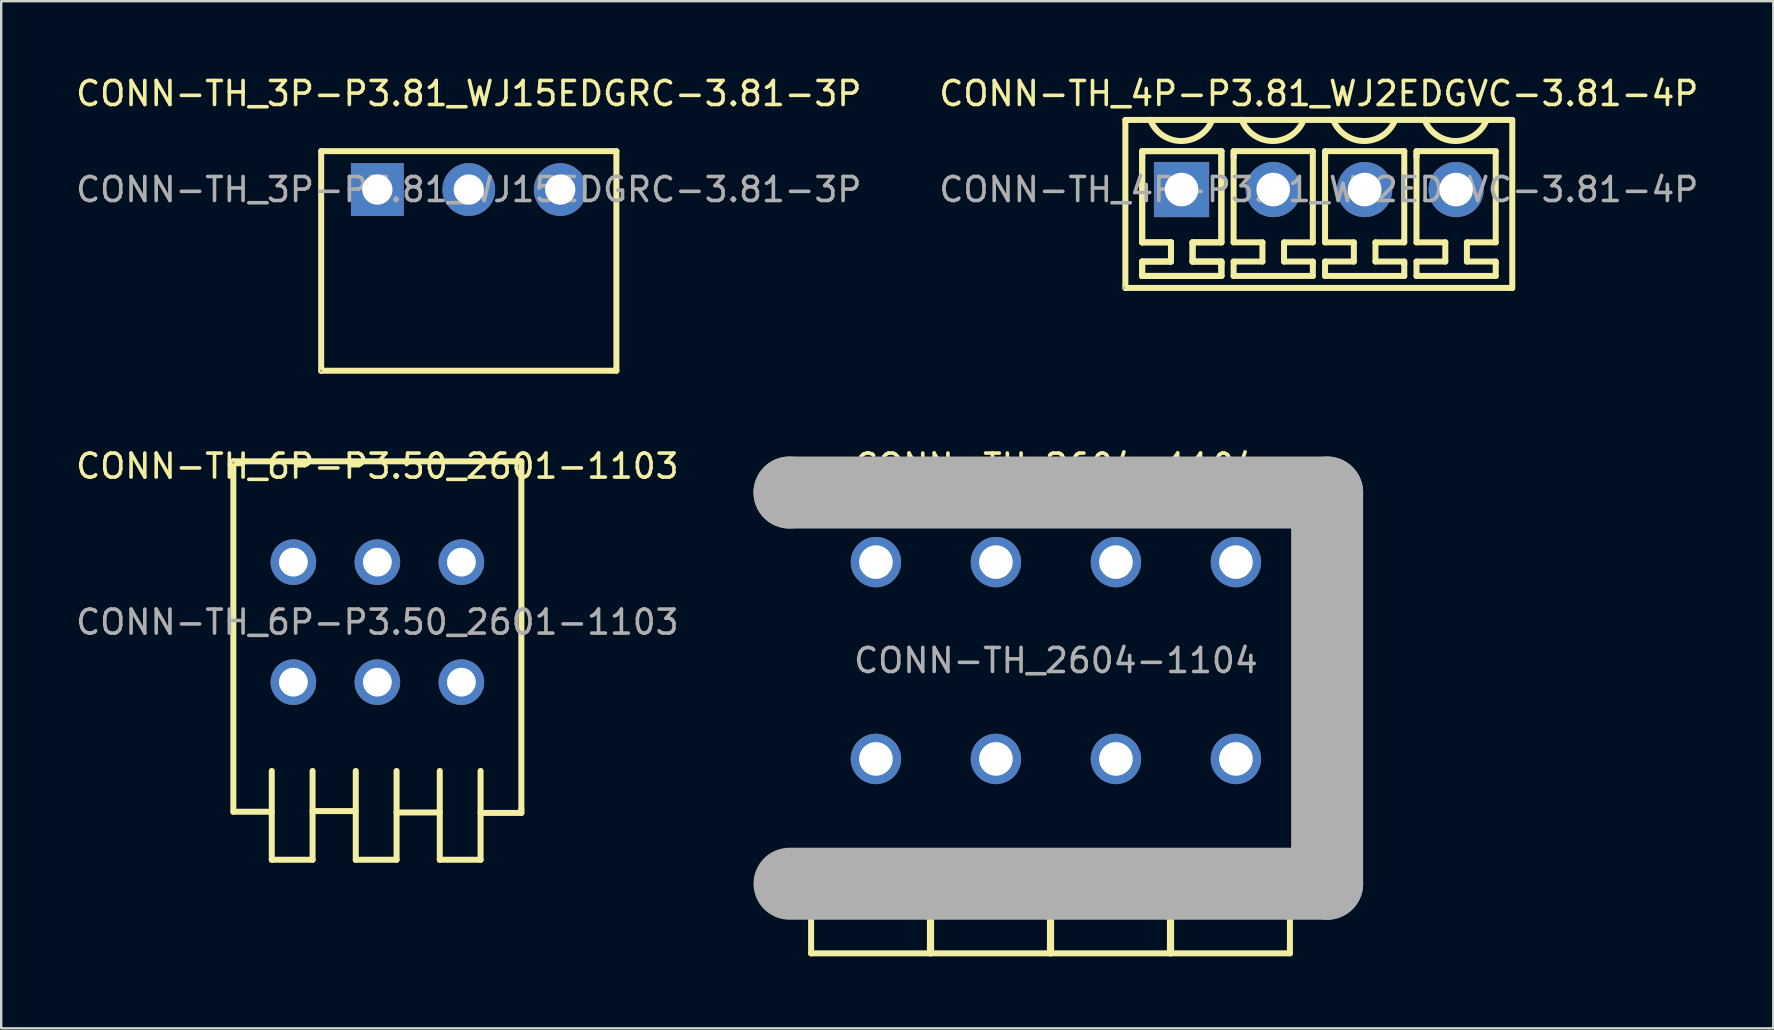
<source format=kicad_pcb>
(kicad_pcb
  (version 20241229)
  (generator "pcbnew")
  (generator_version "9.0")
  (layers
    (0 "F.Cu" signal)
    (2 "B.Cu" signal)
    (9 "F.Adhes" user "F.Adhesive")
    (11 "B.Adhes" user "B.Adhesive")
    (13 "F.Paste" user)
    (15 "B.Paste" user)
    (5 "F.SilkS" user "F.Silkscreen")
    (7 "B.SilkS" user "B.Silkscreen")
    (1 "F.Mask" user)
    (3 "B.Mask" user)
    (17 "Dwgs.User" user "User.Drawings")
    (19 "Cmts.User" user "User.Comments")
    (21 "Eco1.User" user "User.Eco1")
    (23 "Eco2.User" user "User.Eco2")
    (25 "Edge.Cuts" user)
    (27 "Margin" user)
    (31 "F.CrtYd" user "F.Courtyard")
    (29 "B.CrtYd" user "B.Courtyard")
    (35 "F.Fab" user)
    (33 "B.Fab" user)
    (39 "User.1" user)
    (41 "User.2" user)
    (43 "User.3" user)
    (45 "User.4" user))
  (footprint "CONN-TH_2604-1104"
    (layer "F.Cu")
    (at 40.945 24.471)
    (property "Reference" "CONN-TH_2604-1104" (at 0 -8.1 0) (layer "F.SilkS") (effects (font (size 1 1) (thickness 0.15))))
    (attr through_hole)
    (fp_line (start -10.2 9.3) (end -10.2 12.2) (stroke (width 0.25) (type solid)) (layer "F.SilkS"))
    (fp_line (start -10.2 12.2) (end -5.25 12.2) (stroke (width 0.25) (type solid)) (layer "F.SilkS"))
    (fp_line (start -5.25 9.3) (end -5.05 9.3) (stroke (width 0.25) (type solid)) (layer "F.SilkS"))
    (fp_line (start -5.25 12.2) (end -5.25 9.3) (stroke (width 0.25) (type solid)) (layer "F.SilkS"))
    (fp_line (start -5.2 9.3) (end -5.2 12.2) (stroke (width 0.25) (type solid)) (layer "F.SilkS"))
    (fp_line (start -5.2 12.2) (end -0.25 12.2) (stroke (width 0.25) (type solid)) (layer "F.SilkS"))
    (fp_line (start -0.25 9.3) (end -0.05 9.3) (stroke (width 0.25) (type solid)) (layer "F.SilkS"))
    (fp_line (start -0.25 12.2) (end -0.25 9.3) (stroke (width 0.25) (type solid)) (layer "F.SilkS"))
    (fp_line (start -0.2 9.3) (end -0.2 12.2) (stroke (width 0.25) (type solid)) (layer "F.SilkS"))
    (fp_line (start -0.2 12.2) (end 4.75 12.2) (stroke (width 0.25) (type solid)) (layer "F.SilkS"))
    (fp_line (start 4.75 9.3) (end 4.95 9.3) (stroke (width 0.25) (type solid)) (layer "F.SilkS"))
    (fp_line (start 4.75 12.2) (end 4.75 9.3) (stroke (width 0.25) (type solid)) (layer "F.SilkS"))
    (fp_line (start 4.8 9.3) (end 4.8 12.2) (stroke (width 0.25) (type solid)) (layer "F.SilkS"))
    (fp_line (start 4.8 12.2) (end 9.75 12.2) (stroke (width 0.25) (type solid)) (layer "F.SilkS"))
    (fp_line (start 9.75 9.3) (end 9.95 9.3) (stroke (width 0.25) (type solid)) (layer "F.SilkS"))
    (fp_line (start 9.75 12.2) (end 9.75 9.3) (stroke (width 0.25) (type solid)) (layer "F.SilkS"))
    (fp_line (start 10.2 -6.9) (end 10.2 9.35) (stroke (width 0.25) (type solid)) (layer "F.SilkS"))
    (fp_line (start -11.1 -7) (end -11.1 -7) (stroke (width 3) (type solid)) (layer "F.Fab"))
    (fp_line (start -11.1 -7) (end 11.3 -7) (stroke (width 3) (type solid)) (layer "F.Fab"))
    (fp_line (start 11.3 -7) (end 11.3 9.3) (stroke (width 3) (type solid)) (layer "F.Fab"))
    (fp_line (start 11.3 9.3) (end -11.1 9.3) (stroke (width 3) (type solid)) (layer "F.Fab"))
    (fp_circle (center -11.1 9.3) (end -11.07 9.3) (stroke (width 0.06) (type solid)) (fill no) (layer "F.Fab"))
    (fp_text user "${REFERENCE}" (at 0 0 0) (layer "F.Fab") (effects (font (size 1 1) (thickness 0.15))))
    (pad "1" thru_hole circle (at -7.5 -4.1) (size 2.1 2.1) (drill 1.4) (layers "*.Cu" "*.Mask"))
    (pad "1" thru_hole circle (at -7.5 4.1) (size 2.1 2.1) (drill 1.4) (layers "*.Cu" "*.Mask"))
    (pad "2" thru_hole circle (at -2.5 -4.1) (size 2.1 2.1) (drill 1.4) (layers "*.Cu" "*.Mask"))
    (pad "2" thru_hole circle (at -2.5 4.1) (size 2.1 2.1) (drill 1.4) (layers "*.Cu" "*.Mask"))
    (pad "3" thru_hole circle (at 2.5 -4.1) (size 2.1 2.1) (drill 1.4) (layers "*.Cu" "*.Mask"))
    (pad "3" thru_hole circle (at 2.5 4.1) (size 2.1 2.1) (drill 1.4) (layers "*.Cu" "*.Mask"))
    (pad "4" thru_hole circle (at 7.5 -4.1) (size 2.1 2.1) (drill 1.4) (layers "*.Cu" "*.Mask"))
    (pad "4" thru_hole circle (at 7.5 4.1) (size 2.1 2.1) (drill 1.4) (layers "*.Cu" "*.Mask")))
  (footprint "CONN-TH_4P-P3.81_WJ2EDGVC-3.81-4P"
    (layer "F.Cu")
    (at 51.899 4.848)
    (property "Reference" "CONN-TH_4P-P3.81_WJ2EDGVC-3.81-4P" (at 0 -4 0) (layer "F.SilkS") (effects (font (size 1 1) (thickness 0.15))))
    (attr through_hole)
    (fp_line (start -8.06 -2.9) (end 8.06 -2.9) (stroke (width 0.25) (type solid)) (layer "F.SilkS"))
    (fp_line (start -8.06 4.1) (end -8.06 -2.9) (stroke (width 0.25) (type solid)) (layer "F.SilkS"))
    (fp_line (start -8.06 4.1) (end 8.06 4.1) (stroke (width 0.25) (type solid)) (layer "F.SilkS"))
    (fp_line (start -7.36 -1.5) (end -7.36 2.2) (stroke (width 0.25) (type solid)) (layer "F.SilkS"))
    (fp_line (start -7.36 -1.5) (end -7.36 2.2) (stroke (width 0.25) (type solid)) (layer "F.SilkS"))
    (fp_line (start -7.36 -1.35) (end -7.36 -1.6) (stroke (width 0.25) (type solid)) (layer "F.SilkS"))
    (fp_line (start -7.36 2.2) (end -6.16 2.2) (stroke (width 0.25) (type solid)) (layer "F.SilkS"))
    (fp_line (start -7.36 2.2) (end -6.16 2.2) (stroke (width 0.25) (type solid)) (layer "F.SilkS"))
    (fp_line (start -7.36 3) (end -7.36 3.6) (stroke (width 0.25) (type solid)) (layer "F.SilkS"))
    (fp_line (start -7.36 3) (end -7.36 3.6) (stroke (width 0.25) (type solid)) (layer "F.SilkS"))
    (fp_line (start -7.36 3.6) (end -4.06 3.6) (stroke (width 0.25) (type solid)) (layer "F.SilkS"))
    (fp_line (start -7.36 3.6) (end -4.06 3.6) (stroke (width 0.25) (type solid)) (layer "F.SilkS"))
    (fp_line (start -6.16 2.2) (end -6.16 3) (stroke (width 0.25) (type solid)) (layer "F.SilkS"))
    (fp_line (start -6.16 2.2) (end -6.16 3) (stroke (width 0.25) (type solid)) (layer "F.SilkS"))
    (fp_line (start -6.16 3) (end -7.36 3) (stroke (width 0.25) (type solid)) (layer "F.SilkS"))
    (fp_line (start -6.16 3) (end -7.36 3) (stroke (width 0.25) (type solid)) (layer "F.SilkS"))
    (fp_line (start -5.26 2.2) (end -4.06 2.2) (stroke (width 0.25) (type solid)) (layer "F.SilkS"))
    (fp_line (start -5.26 2.2) (end -4.06 2.2) (stroke (width 0.25) (type solid)) (layer "F.SilkS"))
    (fp_line (start -5.26 3) (end -5.26 2.2) (stroke (width 0.25) (type solid)) (layer "F.SilkS"))
    (fp_line (start -5.26 3) (end -5.26 2.2) (stroke (width 0.25) (type solid)) (layer "F.SilkS"))
    (fp_line (start -4.06 -1.6) (end -7.36 -1.6) (stroke (width 0.25) (type solid)) (layer "F.SilkS"))
    (fp_line (start -4.06 -1.6) (end -7.36 -1.6) (stroke (width 0.25) (type solid)) (layer "F.SilkS"))
    (fp_line (start -4.06 2.2) (end -4.06 -1.6) (stroke (width 0.25) (type solid)) (layer "F.SilkS"))
    (fp_line (start -4.06 2.2) (end -4.06 -1.6) (stroke (width 0.25) (type solid)) (layer "F.SilkS"))
    (fp_line (start -4.06 3) (end -5.26 3) (stroke (width 0.25) (type solid)) (layer "F.SilkS"))
    (fp_line (start -4.06 3) (end -5.26 3) (stroke (width 0.25) (type solid)) (layer "F.SilkS"))
    (fp_line (start -4.06 3.1) (end -4.06 3) (stroke (width 0.25) (type solid)) (layer "F.SilkS"))
    (fp_line (start -4.06 3.1) (end -4.06 3) (stroke (width 0.25) (type solid)) (layer "F.SilkS"))
    (fp_line (start -4.06 3.6) (end -4.06 3.1) (stroke (width 0.25) (type solid)) (layer "F.SilkS"))
    (fp_line (start -4.06 3.6) (end -4.06 3.1) (stroke (width 0.25) (type solid)) (layer "F.SilkS"))
    (fp_line (start -3.55 -1.5) (end -3.55 2.2) (stroke (width 0.25) (type solid)) (layer "F.SilkS"))
    (fp_line (start -3.55 -1.35) (end -3.55 -1.6) (stroke (width 0.25) (type solid)) (layer "F.SilkS"))
    (fp_line (start -3.55 2.2) (end -2.35 2.2) (stroke (width 0.25) (type solid)) (layer "F.SilkS"))
    (fp_line (start -3.55 3) (end -3.55 3.6) (stroke (width 0.25) (type solid)) (layer "F.SilkS"))
    (fp_line (start -3.55 3.6) (end -0.25 3.6) (stroke (width 0.25) (type solid)) (layer "F.SilkS"))
    (fp_line (start -2.35 2.2) (end -2.35 3) (stroke (width 0.25) (type solid)) (layer "F.SilkS"))
    (fp_line (start -2.35 3) (end -3.55 3) (stroke (width 0.25) (type solid)) (layer "F.SilkS"))
    (fp_line (start -1.45 2.2) (end -0.25 2.2) (stroke (width 0.25) (type solid)) (layer "F.SilkS"))
    (fp_line (start -1.45 3) (end -1.45 2.2) (stroke (width 0.25) (type solid)) (layer "F.SilkS"))
    (fp_line (start -0.25 -1.6) (end -3.55 -1.6) (stroke (width 0.25) (type solid)) (layer "F.SilkS"))
    (fp_line (start -0.25 2.2) (end -0.25 -1.6) (stroke (width 0.25) (type solid)) (layer "F.SilkS"))
    (fp_line (start -0.25 3) (end -1.45 3) (stroke (width 0.25) (type solid)) (layer "F.SilkS"))
    (fp_line (start -0.25 3.1) (end -0.25 3) (stroke (width 0.25) (type solid)) (layer "F.SilkS"))
    (fp_line (start -0.25 3.6) (end -0.25 3.1) (stroke (width 0.25) (type solid)) (layer "F.SilkS"))
    (fp_line (start 0.26 -1.5) (end 0.26 2.2) (stroke (width 0.25) (type solid)) (layer "F.SilkS"))
    (fp_line (start 0.26 -1.35) (end 0.26 -1.6) (stroke (width 0.25) (type solid)) (layer "F.SilkS"))
    (fp_line (start 0.26 2.2) (end 1.46 2.2) (stroke (width 0.25) (type solid)) (layer "F.SilkS"))
    (fp_line (start 0.26 3) (end 0.26 3.6) (stroke (width 0.25) (type solid)) (layer "F.SilkS"))
    (fp_line (start 0.26 3.6) (end 3.56 3.6) (stroke (width 0.25) (type solid)) (layer "F.SilkS"))
    (fp_line (start 1.46 2.2) (end 1.46 3) (stroke (width 0.25) (type solid)) (layer "F.SilkS"))
    (fp_line (start 1.46 3) (end 0.26 3) (stroke (width 0.25) (type solid)) (layer "F.SilkS"))
    (fp_line (start 2.36 2.2) (end 3.56 2.2) (stroke (width 0.25) (type solid)) (layer "F.SilkS"))
    (fp_line (start 2.36 3) (end 2.36 2.2) (stroke (width 0.25) (type solid)) (layer "F.SilkS"))
    (fp_line (start 3.56 -1.6) (end 0.26 -1.6) (stroke (width 0.25) (type solid)) (layer "F.SilkS"))
    (fp_line (start 3.56 2.2) (end 3.56 -1.6) (stroke (width 0.25) (type solid)) (layer "F.SilkS"))
    (fp_line (start 3.56 3) (end 2.36 3) (stroke (width 0.25) (type solid)) (layer "F.SilkS"))
    (fp_line (start 3.56 3.1) (end 3.56 3) (stroke (width 0.25) (type solid)) (layer "F.SilkS"))
    (fp_line (start 3.56 3.6) (end 3.56 3.1) (stroke (width 0.25) (type solid)) (layer "F.SilkS"))
    (fp_line (start 4.07 -1.5) (end 4.07 2.2) (stroke (width 0.25) (type solid)) (layer "F.SilkS"))
    (fp_line (start 4.07 -1.35) (end 4.07 -1.6) (stroke (width 0.25) (type solid)) (layer "F.SilkS"))
    (fp_line (start 4.07 2.2) (end 5.27 2.2) (stroke (width 0.25) (type solid)) (layer "F.SilkS"))
    (fp_line (start 4.07 3) (end 4.07 3.6) (stroke (width 0.25) (type solid)) (layer "F.SilkS"))
    (fp_line (start 4.07 3.6) (end 7.37 3.6) (stroke (width 0.25) (type solid)) (layer "F.SilkS"))
    (fp_line (start 5.27 2.2) (end 5.27 3) (stroke (width 0.25) (type solid)) (layer "F.SilkS"))
    (fp_line (start 5.27 3) (end 4.07 3) (stroke (width 0.25) (type solid)) (layer "F.SilkS"))
    (fp_line (start 6.17 2.2) (end 7.37 2.2) (stroke (width 0.25) (type solid)) (layer "F.SilkS"))
    (fp_line (start 6.17 3) (end 6.17 2.2) (stroke (width 0.25) (type solid)) (layer "F.SilkS"))
    (fp_line (start 7.37 -1.6) (end 4.07 -1.6) (stroke (width 0.25) (type solid)) (layer "F.SilkS"))
    (fp_line (start 7.37 2.2) (end 7.37 -1.6) (stroke (width 0.25) (type solid)) (layer "F.SilkS"))
    (fp_line (start 7.37 3) (end 6.17 3) (stroke (width 0.25) (type solid)) (layer "F.SilkS"))
    (fp_line (start 7.37 3.1) (end 7.37 3) (stroke (width 0.25) (type solid)) (layer "F.SilkS"))
    (fp_line (start 7.37 3.6) (end 7.37 3.1) (stroke (width 0.25) (type solid)) (layer "F.SilkS"))
    (fp_line (start 8.06 4.1) (end 8.06 -2.9) (stroke (width 0.25) (type solid)) (layer "F.SilkS"))
    (fp_arc (start -4.44 -2.9) (mid -5.73451 -2.022852) (end -7.023289 -2.9084) (stroke (width 0.25) (type solid)) (layer "F.SilkS"))
    (fp_arc (start -0.63 -2.9) (mid -1.92451 -2.022852) (end -3.213289 -2.9084) (stroke (width 0.25) (type solid)) (layer "F.SilkS"))
    (fp_arc (start 3.18 -2.9) (mid 1.88549 -2.022852) (end 0.596711 -2.9084) (stroke (width 0.25) (type solid)) (layer "F.SilkS"))
    (fp_arc (start 6.99 -2.9) (mid 5.69549 -2.022852) (end 4.406711 -2.9084) (stroke (width 0.25) (type solid)) (layer "F.SilkS"))
    (fp_circle (center -8.12 4.1) (end -8.09 4.1) (stroke (width 0.06) (type solid)) (fill no) (layer "F.Fab"))
    (fp_text user "${REFERENCE}" (at 0 0 0) (layer "F.Fab") (effects (font (size 1 1) (thickness 0.15))))
    (pad "1" thru_hole rect (at -5.72 0) (size 2.3 2.3) (drill 1.4) (layers "*.Cu" "*.Mask"))
    (pad "2" thru_hole circle (at -1.9 0) (size 2.3 2.3) (drill 1.4) (layers "*.Cu" "*.Mask"))
    (pad "3" thru_hole circle (at 1.91 0) (size 2.3 2.3) (drill 1.4) (layers "*.Cu" "*.Mask"))
    (pad "4" thru_hole circle (at 5.72 0) (size 2.3 2.3) (drill 1.4) (layers "*.Cu" "*.Mask")))
  (footprint "CONN-TH_6P-P3.50_2601-1103"
    (layer "F.Cu")
    (at 12.673 22.872)
    (property "Reference" "CONN-TH_6P-P3.50_2601-1103" (at 0 -6.5 0) (layer "F.SilkS") (effects (font (size 1 1) (thickness 0.15))))
    (attr through_hole)
    (fp_line (start -6 -6.7) (end -6 7.9) (stroke (width 0.25) (type solid)) (layer "F.SilkS"))
    (fp_line (start -6 -6.7) (end 6 -6.7) (stroke (width 0.25) (type solid)) (layer "F.SilkS"))
    (fp_line (start -6 7.9) (end -4.4 7.9) (stroke (width 0.25) (type solid)) (layer "F.SilkS"))
    (fp_line (start -4.4 6.2) (end -4.4 9.9) (stroke (width 0.25) (type solid)) (layer "F.SilkS"))
    (fp_line (start -4.4 9.9) (end -2.7 9.9) (stroke (width 0.25) (type solid)) (layer "F.SilkS"))
    (fp_line (start -2.7 7.87) (end -0.9 7.87) (stroke (width 0.25) (type solid)) (layer "F.SilkS"))
    (fp_line (start -2.7 9.9) (end -2.7 6.2) (stroke (width 0.25) (type solid)) (layer "F.SilkS"))
    (fp_line (start -0.9 6.2) (end -0.9 9.9) (stroke (width 0.25) (type solid)) (layer "F.SilkS"))
    (fp_line (start -0.9 9.9) (end 0.8 9.9) (stroke (width 0.25) (type solid)) (layer "F.SilkS"))
    (fp_line (start 0.8 7.93) (end 2.6 7.93) (stroke (width 0.25) (type solid)) (layer "F.SilkS"))
    (fp_line (start 0.8 9.9) (end 0.8 6.2) (stroke (width 0.25) (type solid)) (layer "F.SilkS"))
    (fp_line (start 2.6 6.2) (end 2.6 9.9) (stroke (width 0.25) (type solid)) (layer "F.SilkS"))
    (fp_line (start 2.6 9.9) (end 4.3 9.9) (stroke (width 0.25) (type solid)) (layer "F.SilkS"))
    (fp_line (start 4.3 7.95) (end 6 7.95) (stroke (width 0.25) (type solid)) (layer "F.SilkS"))
    (fp_line (start 4.3 9.9) (end 4.3 6.2) (stroke (width 0.25) (type solid)) (layer "F.SilkS"))
    (fp_line (start 6 -6.7) (end 6 7.8) (stroke (width 0.25) (type solid)) (layer "F.SilkS"))
    (fp_line (start 6 7.8) (end 6 7.95) (stroke (width 0.25) (type solid)) (layer "F.SilkS"))
    (fp_circle (center -6 -6.65) (end -5.97 -6.65) (stroke (width 0.06) (type solid)) (fill no) (layer "F.Fab"))
    (fp_text user "${REFERENCE}" (at 0 0 0) (layer "F.Fab") (effects (font (size 1 1) (thickness 0.15))))
    (pad "1" thru_hole circle (at -3.5 -2.5) (size 1.9 1.9) (drill 1.2) (layers "*.Cu" "*.Mask"))
    (pad "2" thru_hole circle (at -3.5 2.5) (size 1.9 1.9) (drill 1.2) (layers "*.Cu" "*.Mask"))
    (pad "3" thru_hole circle (at 0 -2.5) (size 1.9 1.9) (drill 1.2) (layers "*.Cu" "*.Mask"))
    (pad "4" thru_hole circle (at 0 2.5) (size 1.9 1.9) (drill 1.2) (layers "*.Cu" "*.Mask"))
    (pad "5" thru_hole circle (at 3.5 -2.5) (size 1.9 1.9) (drill 1.2) (layers "*.Cu" "*.Mask"))
    (pad "6" thru_hole circle (at 3.5 2.5) (size 1.9 1.9) (drill 1.2) (layers "*.Cu" "*.Mask")))
  (footprint "CONN-TH_3P-P3.81_WJ15EDGRC-3.81-3P"
    (layer "F.Cu")
    (at 16.482 4.848)
    (property "Reference" "CONN-TH_3P-P3.81_WJ15EDGRC-3.81-3P" (at 0 -4 0) (layer "F.SilkS") (effects (font (size 1 1) (thickness 0.15))))
    (attr through_hole)
    (fp_line (start -6.15 -1.6) (end -6.15 7.55) (stroke (width 0.25) (type solid)) (layer "F.SilkS"))
    (fp_line (start -6.15 7.55) (end 6.15 7.55) (stroke (width 0.25) (type solid)) (layer "F.SilkS"))
    (fp_line (start 6.15 -1.6) (end -6.15 -1.6) (stroke (width 0.25) (type solid)) (layer "F.SilkS"))
    (fp_line (start 6.15 7.55) (end 6.15 -1.6) (stroke (width 0.25) (type solid)) (layer "F.SilkS"))
    (fp_circle (center -6.16 7.55) (end -6.13 7.55) (stroke (width 0.06) (type solid)) (fill no) (layer "F.Fab"))
    (fp_text user "${REFERENCE}" (at 0 0 0) (layer "F.Fab") (effects (font (size 1 1) (thickness 0.15))))
    (pad "1" thru_hole rect (at -3.81 0) (size 2.2 2.2) (drill 1.26) (layers "*.Cu" "*.Mask"))
    (pad "2" thru_hole circle (at 0 0) (size 2.2 2.2) (drill 1.26) (layers "*.Cu" "*.Mask"))
    (pad "3" thru_hole circle (at 3.81 0) (size 2.2 2.2) (drill 1.26) (layers "*.Cu" "*.Mask")))
  (gr_rect
    (start -3 -3)
    (end 70.833 39.797)
    (stroke (width 0.1) (type default))
    (fill no)
    (layer "Edge.Cuts")))
</source>
